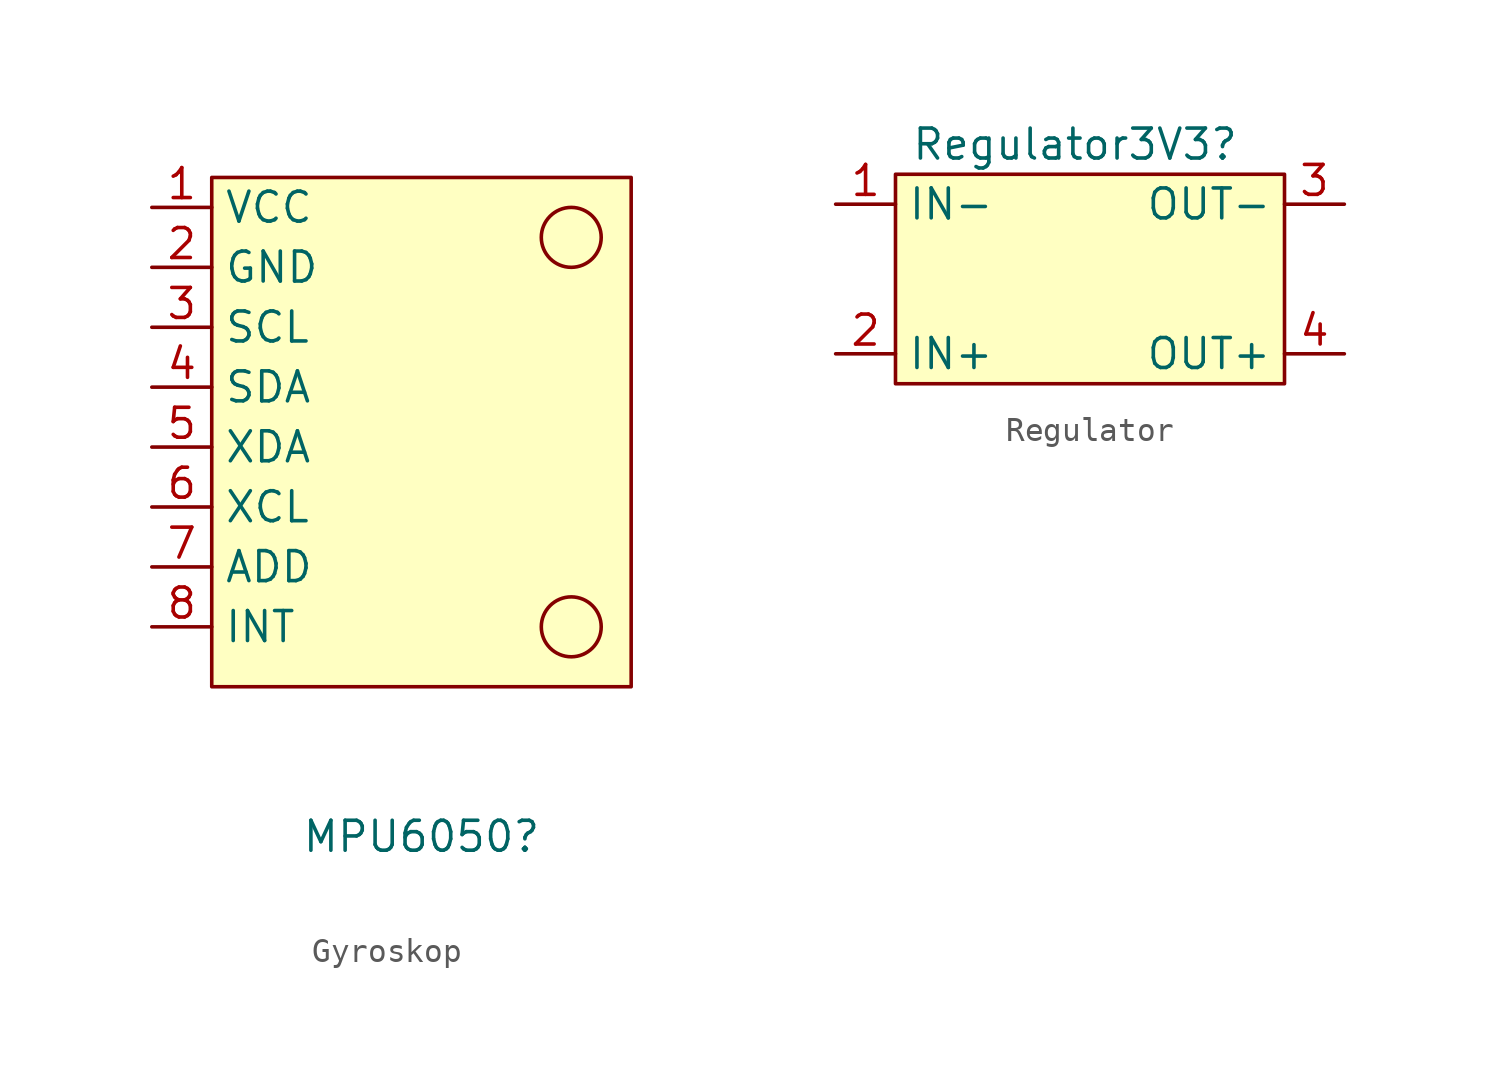
<source format=kicad_sym>
(kicad_symbol_lib
  (version 20220914)
  (generator kicad_symbol_editor)
  (symbol "Gyroskop"
    (property "Reference" "MPU6050"
      (at 0 -16.51 0)
      (effects (font (size 1.27 1.27))))
    (property "Value" ""
      (at 0 0 0)
      (effects (font (size 1.27 1.27))))
    (symbol "Gyroskop_1_1"
      (rectangle (start -8.89 11.43) (end 8.89 -10.16) (stroke (width 0) (type default)) (fill (type background)))
      (circle (center 6.35 -7.62) (radius 1.27) (stroke (width 0) (type default)) (fill (type none)))
      (circle (center 6.35 8.89) (radius 1.27) (stroke (width 0) (type default)) (fill (type none)))
      (pin input line (at -11.43 10.16 0) (length 2.54) (name "VCC" (effects (font (size 1.27 1.27)))) (number "1" (effects (font (size 1.27 1.27)))))
      (pin input line (at -11.43 7.62 0) (length 2.54) (name "GND" (effects (font (size 1.27 1.27)))) (number "2" (effects (font (size 1.27 1.27)))))
      (pin input line (at -11.43 5.08 0) (length 2.54) (name "SCL" (effects (font (size 1.27 1.27)))) (number "3" (effects (font (size 1.27 1.27)))))
      (pin input line (at -11.43 2.54 0) (length 2.54) (name "SDA" (effects (font (size 1.27 1.27)))) (number "4" (effects (font (size 1.27 1.27)))))
      (pin input line (at -11.43 0 0) (length 2.54) (name "XDA" (effects (font (size 1.27 1.27)))) (number "5" (effects (font (size 1.27 1.27)))))
      (pin input line (at -11.43 -2.54 0) (length 2.54) (name "XCL" (effects (font (size 1.27 1.27)))) (number "6" (effects (font (size 1.27 1.27)))))
      (pin input line (at -11.43 -5.08 0) (length 2.54) (name "ADD" (effects (font (size 1.27 1.27)))) (number "7" (effects (font (size 1.27 1.27)))))
      (pin input line (at -11.43 -7.62 0) (length 2.54) (name "INT" (effects (font (size 1.27 1.27)))) (number "8" (effects (font (size 1.27 1.27)))))))
  (symbol "Regulator"
    (property "Reference" "Regulator3V3"
      (at 0 5.08 0)
      (effects (font (size 1.27 1.27))))
    (property "Value" ""
      (at 0 0 0)
      (effects (font (size 1.27 1.27))))
    (symbol "Regulator_1_1"
      (rectangle (start -7.62 3.81) (end 8.89 -5.08) (stroke (width 0) (type default)) (fill (type background)))
      (pin input line (at -10.16 2.54 0) (length 2.54) (name "IN-" (effects (font (size 1.27 1.27)))) (number "1" (effects (font (size 1.27 1.27)))))
      (pin input line (at -10.16 -3.81 0) (length 2.54) (name "IN+" (effects (font (size 1.27 1.27)))) (number "2" (effects (font (size 1.27 1.27)))))
      (pin input line (at 11.43 2.54 180) (length 2.54) (name "OUT-" (effects (font (size 1.27 1.27)))) (number "3" (effects (font (size 1.27 1.27)))))
      (pin input line (at 11.43 -3.81 180) (length 2.54) (name "OUT+" (effects (font (size 1.27 1.27)))) (number "4" (effects (font (size 1.27 1.27))))))))
</source>
